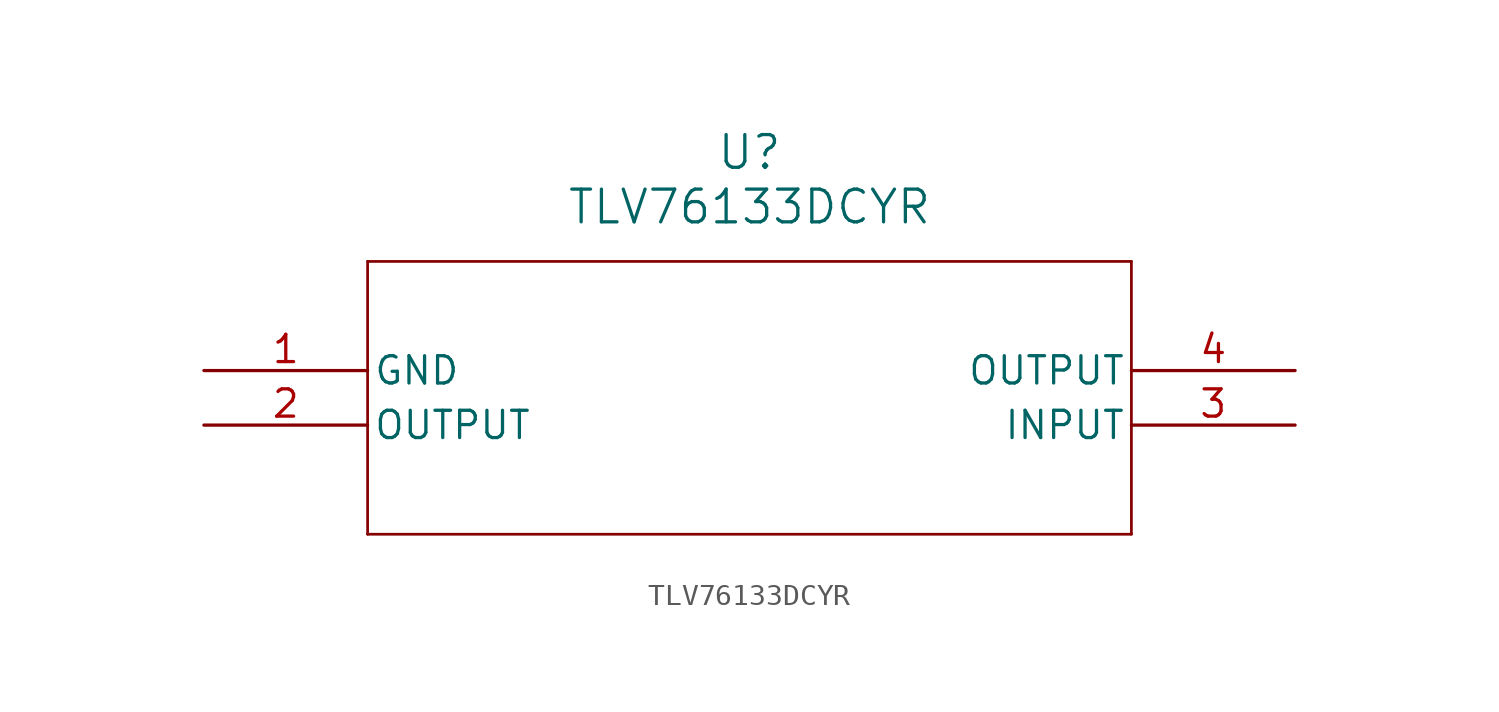
<source format=kicad_sym>
(kicad_symbol_lib
  (version 20211014)
  (generator kicad_symbol_editor)
  (symbol "TLV76133DCYR"
    (pin_names
      (offset 0.254))
    (property "Reference" "U"
      (at 25.4 10.16 0)
      (effects (font (size 1.524 1.524))))
    (property "Value" "TLV76133DCYR"
      (at 25.4 7.62 0)
      (effects (font (size 1.524 1.524))))
    (symbol "TLV76133DCYR_0_1"
      (polyline (pts (xy 7.62 5.08) (xy 7.62 -7.62)) (stroke (width 0.127) (type default) (color 0 0 0 0)) (fill (type none)))
      (polyline (pts (xy 7.62 -7.62) (xy 43.18 -7.62)) (stroke (width 0.127) (type default) (color 0 0 0 0)) (fill (type none)))
      (polyline (pts (xy 43.18 -7.62) (xy 43.18 5.08)) (stroke (width 0.127) (type default) (color 0 0 0 0)) (fill (type none)))
      (polyline (pts (xy 43.18 5.08) (xy 7.62 5.08)) (stroke (width 0.127) (type default) (color 0 0 0 0)) (fill (type none)))
      (pin power_out line (at 0 0 0) (length 7.62) (name "GND" (effects (font (size 1.27 1.27)))) (number "1" (effects (font (size 1.27 1.27)))))
      (pin output line (at 0 -2.54 0) (length 7.62) (name "OUTPUT" (effects (font (size 1.27 1.27)))) (number "2" (effects (font (size 1.27 1.27)))))
      (pin input line (at 50.8 -2.54 180) (length 7.62) (name "INPUT" (effects (font (size 1.27 1.27)))) (number "3" (effects (font (size 1.27 1.27)))))
      (pin output line (at 50.8 0 180) (length 7.62) (name "OUTPUT" (effects (font (size 1.27 1.27)))) (number "4" (effects (font (size 1.27 1.27))))))))
</source>
